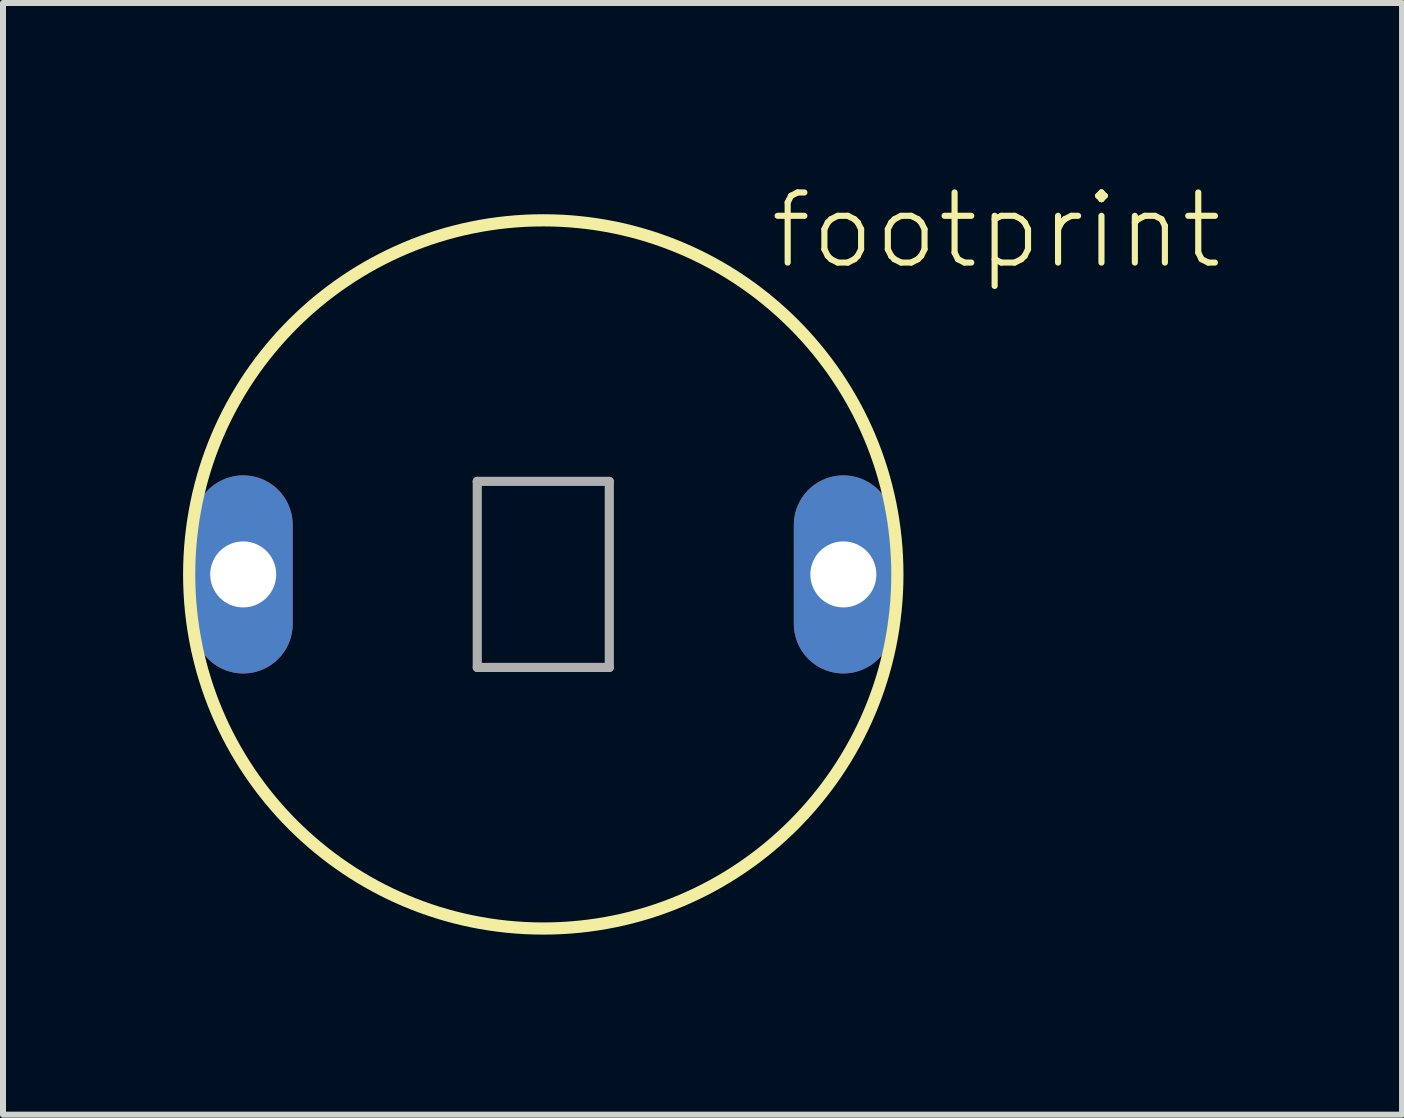
<source format=kicad_pcb>
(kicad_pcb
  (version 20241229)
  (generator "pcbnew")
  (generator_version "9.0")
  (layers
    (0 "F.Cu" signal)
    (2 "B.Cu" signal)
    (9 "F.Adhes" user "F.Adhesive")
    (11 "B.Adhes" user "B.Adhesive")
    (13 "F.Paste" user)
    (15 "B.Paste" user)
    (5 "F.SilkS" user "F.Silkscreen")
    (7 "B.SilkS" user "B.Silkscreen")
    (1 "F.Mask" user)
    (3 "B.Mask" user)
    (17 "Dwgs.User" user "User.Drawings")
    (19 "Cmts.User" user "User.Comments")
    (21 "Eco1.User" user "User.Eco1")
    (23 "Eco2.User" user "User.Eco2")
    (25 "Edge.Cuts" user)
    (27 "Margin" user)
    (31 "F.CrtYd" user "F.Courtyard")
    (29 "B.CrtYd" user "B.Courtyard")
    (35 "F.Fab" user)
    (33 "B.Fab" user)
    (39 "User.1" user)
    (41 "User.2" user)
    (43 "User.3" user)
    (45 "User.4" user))
  (footprint "footprint"
    (layer "F.Cu")
    (at 6.002 6.521)
    (property "Reference" "footprint" (at 3.727 -5.048 0) (layer "F.SilkS") (effects (font (size 1.168 1.168) (thickness 0.102)) (justify left bottom)))
    (fp_circle (center 0 0) (end 5.9 0) (stroke (width 0.203) (type solid)) (fill no) (layer "F.SilkS"))
    (fp_line (start -1.1 -1.55) (end -1.1 1.55) (stroke (width 0.152) (type solid)) (layer "F.Fab"))
    (fp_line (start -1.1 1.55) (end 1.1 1.55) (stroke (width 0.152) (type solid)) (layer "F.Fab"))
    (fp_line (start 1.1 -1.55) (end -1.1 -1.55) (stroke (width 0.152) (type solid)) (layer "F.Fab"))
    (fp_line (start 1.1 1.55) (end 1.1 -1.55) (stroke (width 0.152) (type solid)) (layer "F.Fab"))
    (pad "1" thru_hole oval (at -5 0 90) (size 3.3 1.65) (drill 1.1) (layers "*.Cu" "*.Mask"))
    (pad "2" thru_hole oval (at 5 0 90) (size 3.3 1.65) (drill 1.1) (layers "*.Cu" "*.Mask")))
  (gr_rect
    (start -3 -3)
    (end 20.311 15.523)
    (stroke (width 0.1) (type default))
    (fill no)
    (layer "Edge.Cuts")))
</source>
